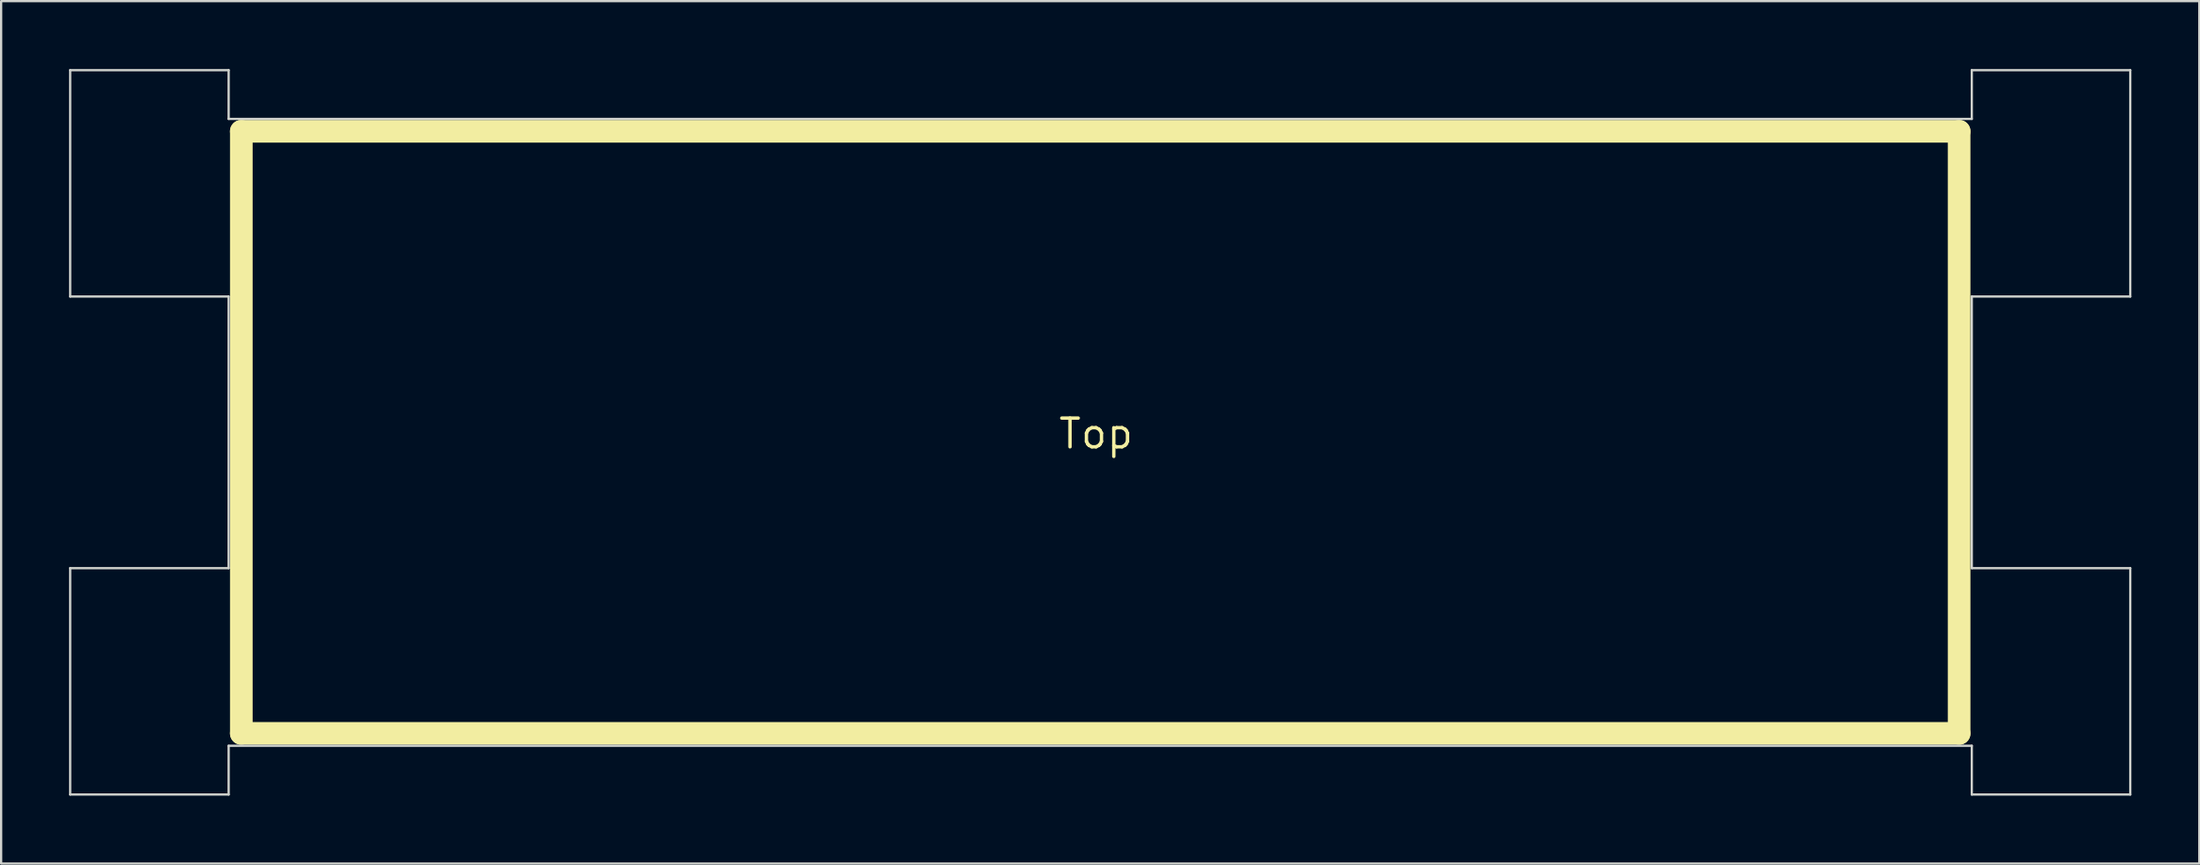
<source format=kicad_pcb>
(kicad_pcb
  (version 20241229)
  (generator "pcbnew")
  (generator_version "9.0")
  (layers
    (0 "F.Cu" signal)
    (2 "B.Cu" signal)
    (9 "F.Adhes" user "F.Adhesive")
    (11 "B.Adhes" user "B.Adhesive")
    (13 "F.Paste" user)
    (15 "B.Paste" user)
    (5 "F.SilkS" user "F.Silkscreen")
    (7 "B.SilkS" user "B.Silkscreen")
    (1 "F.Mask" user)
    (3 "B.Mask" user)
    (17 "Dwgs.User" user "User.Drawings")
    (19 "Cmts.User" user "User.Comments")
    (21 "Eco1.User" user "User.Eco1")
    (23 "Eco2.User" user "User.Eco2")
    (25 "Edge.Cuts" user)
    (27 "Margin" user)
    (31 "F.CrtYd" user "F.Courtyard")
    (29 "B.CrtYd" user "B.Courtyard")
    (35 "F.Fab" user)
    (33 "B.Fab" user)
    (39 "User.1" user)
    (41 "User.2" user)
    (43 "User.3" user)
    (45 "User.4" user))
  (footprint "Top"
    (layer "F.Cu")
    (at 45.55 16.05)
    (property "Reference" "Top" (at -0.186 0.06 0) (layer "F.SilkS") (effects (font (size 1.27 1.27) (thickness 0.15))))
    (attr through_hole)
    (fp_poly (pts (xy -5.362 -4.91) (xy -8.156 -4.91) (xy -8.156 6.837) (xy -10.696 6.837) (xy -10.696 -4.91) (xy -13.469 -4.91) (xy -13.469 -7.26) (xy -5.362 -7.26) (xy -5.362 -4.91)) (stroke (width 0.01) (type solid)) (fill yes) (layer "F.Mask"))
    (fp_poly (pts (xy 13.392 -4.91) (xy 8.905 -4.91) (xy 8.905 -1.609) (xy 13.117 -1.609) (xy 13.117 0.741) (xy 8.905 0.741) (xy 8.905 6.837) (xy 6.322 6.837) (xy 6.322 -7.26) (xy 13.392 -7.26) (xy 13.392 -4.91)) (stroke (width 0.01) (type solid)) (fill yes) (layer "F.Mask"))
    (fp_poly (pts (xy 22.324 -4.91) (xy 17.858 -4.91) (xy 17.858 -1.609) (xy 22.07 -1.609) (xy 22.07 0.741) (xy 17.858 0.741) (xy 17.858 6.837) (xy 15.255 6.837) (xy 15.255 -7.26) (xy 22.324 -7.26) (xy 22.324 -4.91)) (stroke (width 0.01) (type solid)) (fill yes) (layer "F.Mask"))
    (fp_poly (pts (xy -0.153 -7.26) (xy 0.105 -7.26) (xy 0.326 -7.259) (xy 0.513 -7.259) (xy 0.669 -7.258) (xy 0.797 -7.256) (xy 0.899 -7.255) (xy 0.979 -7.252) (xy 1.039 -7.249) (xy 1.083 -7.246) (xy 1.112 -7.241) (xy 1.13 -7.236) (xy 1.14 -7.23) (xy 1.144 -7.223) (xy 1.144 -7.223) (xy 1.15 -7.2) (xy 1.165 -7.137) (xy 1.189 -7.036) (xy 1.221 -6.898) (xy 1.262 -6.725) (xy 1.311 -6.519) (xy 1.368 -6.28) (xy 1.432 -6.011) (xy 1.502 -5.712) (xy 1.579 -5.386) (xy 1.663 -5.034) (xy 1.752 -4.658) (xy 1.846 -4.258) (xy 1.946 -3.837) (xy 2.05 -3.395) (xy 2.159 -2.936) (xy 2.272 -2.459) (xy 2.388 -1.967) (xy 2.508 -1.46) (xy 2.63 -0.942) (xy 2.755 -0.412) (xy 2.798 -0.233) (xy 2.924 0.3) (xy 3.047 0.823) (xy 3.168 1.334) (xy 3.285 1.831) (xy 3.399 2.313) (xy 3.509 2.779) (xy 3.615 3.226) (xy 3.716 3.654) (xy 3.813 4.061) (xy 3.904 4.446) (xy 3.989 4.806) (xy 4.068 5.141) (xy 4.141 5.449) (xy 4.207 5.728) (xy 4.266 5.977) (xy 4.318 6.194) (xy 4.361 6.379) (xy 4.397 6.528) (xy 4.424 6.642) (xy 4.442 6.718) (xy 4.451 6.754) (xy 4.452 6.758) (xy 4.452 6.765) (xy 4.446 6.772) (xy 4.432 6.777) (xy 4.405 6.781) (xy 4.363 6.785) (xy 4.303 6.788) (xy 4.222 6.79) (xy 4.117 6.792) (xy 3.984 6.793) (xy 3.822 6.794) (xy 3.625 6.794) (xy 3.393 6.795) (xy 3.128 6.795) (xy 2.894 6.794) (xy 2.674 6.794) (xy 2.47 6.793) (xy 2.286 6.792) (xy 2.126 6.79) (xy 1.993 6.788) (xy 1.891 6.786) (xy 1.823 6.784) (xy 1.794 6.781) (xy 1.793 6.781) (xy 1.789 6.759) (xy 1.777 6.699) (xy 1.76 6.607) (xy 1.736 6.485) (xy 1.708 6.338) (xy 1.675 6.169) (xy 1.639 5.985) (xy 1.601 5.787) (xy 1.561 5.581) (xy 1.52 5.37) (xy 1.479 5.159) (xy 1.439 4.952) (xy 1.4 4.752) (xy 1.363 4.564) (xy 1.33 4.393) (xy 1.3 4.242) (xy 1.275 4.115) (xy 1.255 4.016) (xy 1.242 3.95) (xy 1.241 3.942) (xy 1.218 3.831) (xy -2.118 3.831) (xy -2.302 4.768) (xy -2.345 4.987) (xy -2.39 5.216) (xy -2.435 5.446) (xy -2.479 5.668) (xy -2.519 5.876) (xy -2.556 6.06) (xy -2.586 6.213) (xy -2.593 6.25) (xy -2.7 6.795) (xy -4.032 6.795) (xy -4.303 6.795) (xy -4.534 6.794) (xy -4.729 6.794) (xy -4.891 6.793) (xy -5.023 6.792) (xy -5.127 6.79) (xy -5.208 6.788) (xy -5.267 6.785) (xy -5.308 6.781) (xy -5.334 6.777) (xy -5.349 6.771) (xy -5.354 6.765) (xy -5.353 6.758) (xy -5.348 6.734) (xy -5.333 6.672) (xy -5.308 6.57) (xy -5.276 6.433) (xy -5.235 6.26) (xy -5.186 6.053) (xy -5.129 5.815) (xy -5.065 5.546) (xy -4.995 5.248) (xy -4.917 4.922) (xy -4.834 4.57) (xy -4.745 4.194) (xy -4.651 3.795) (xy -4.551 3.374) (xy -4.447 2.933) (xy -4.338 2.474) (xy -4.225 1.998) (xy -4.113 1.524) (xy -1.671 1.524) (xy -0.437 1.524) (xy -0.212 1.524) (xy -0.001 1.523) (xy 0.193 1.522) (xy 0.367 1.52) (xy 0.516 1.518) (xy 0.638 1.516) (xy 0.728 1.514) (xy 0.782 1.511) (xy 0.798 1.508) (xy 0.794 1.484) (xy 0.782 1.422) (xy 0.763 1.323) (xy 0.738 1.191) (xy 0.707 1.029) (xy 0.67 0.839) (xy 0.628 0.625) (xy 0.582 0.388) (xy 0.533 0.132) (xy 0.479 -0.14) (xy 0.424 -0.426) (xy 0.366 -0.722) (xy 0.306 -1.027) (xy 0.245 -1.336) (xy 0.184 -1.649) (xy 0.123 -1.961) (xy 0.062 -2.269) (xy 0.003 -2.572) (xy -0.055 -2.866) (xy -0.111 -3.149) (xy -0.164 -3.417) (xy -0.213 -3.668) (xy -0.259 -3.899) (xy -0.3 -4.107) (xy -0.337 -4.29) (xy -0.368 -4.445) (xy -0.392 -4.569) (xy -0.411 -4.659) (xy -0.422 -4.712) (xy -0.425 -4.726) (xy -0.433 -4.716) (xy -0.448 -4.668) (xy -0.469 -4.583) (xy -0.495 -4.464) (xy -0.527 -4.315) (xy -0.562 -4.136) (xy -0.574 -4.08) (xy -0.595 -3.968) (xy -0.625 -3.818) (xy -0.661 -3.633) (xy -0.703 -3.418) (xy -0.75 -3.176) (xy -0.802 -2.91) (xy -0.858 -2.624) (xy -0.917 -2.321) (xy -0.979 -2.006) (xy -1.043 -1.682) (xy -1.107 -1.351) (xy -1.172 -1.019) (xy -1.189 -0.936) (xy -1.671 1.524) (xy -4.113 1.524) (xy -4.109 1.507) (xy -3.99 1.002) (xy -3.867 0.484) (xy -3.742 -0.045) (xy -3.71 -0.18) (xy -3.585 -0.711) (xy -3.461 -1.233) (xy -3.341 -1.742) (xy -3.223 -2.239) (xy -3.109 -2.721) (xy -2.999 -3.186) (xy -2.893 -3.634) (xy -2.792 -4.062) (xy -2.696 -4.469) (xy -2.605 -4.854) (xy -2.519 -5.215) (xy -2.44 -5.55) (xy -2.367 -5.858) (xy -2.301 -6.138) (xy -2.242 -6.388) (xy -2.19 -6.606) (xy -2.146 -6.79) (xy -2.111 -6.941) (xy -2.084 -7.054) (xy -2.066 -7.13) (xy -2.057 -7.167) (xy -2.056 -7.17) (xy -2.034 -7.26) (xy -0.45 -7.26) (xy -0.153 -7.26)) (stroke (width 0.01) (type solid)) (fill yes) (layer "F.Mask"))
    (fp_poly (pts (xy -18.225 -7.24) (xy -17.826 -7.188) (xy -17.628 -7.151) (xy -17.27 -7.058) (xy -16.939 -6.932) (xy -16.636 -6.774) (xy -16.36 -6.585) (xy -16.113 -6.365) (xy -15.895 -6.114) (xy -15.706 -5.832) (xy -15.547 -5.521) (xy -15.419 -5.183) (xy -15.377 -5.041) (xy -15.339 -4.894) (xy -15.307 -4.74) (xy -15.279 -4.573) (xy -15.254 -4.39) (xy -15.232 -4.185) (xy -15.213 -3.954) (xy -15.196 -3.693) (xy -15.181 -3.397) (xy -15.17 -3.159) (xy -15.156 -2.815) (xy -16.27 -2.815) (xy -16.516 -2.815) (xy -16.723 -2.815) (xy -16.894 -2.816) (xy -17.033 -2.817) (xy -17.143 -2.819) (xy -17.228 -2.821) (xy -17.29 -2.824) (xy -17.333 -2.828) (xy -17.361 -2.832) (xy -17.377 -2.838) (xy -17.383 -2.846) (xy -17.385 -2.852) (xy -17.387 -2.955) (xy -17.393 -3.084) (xy -17.402 -3.231) (xy -17.413 -3.389) (xy -17.425 -3.55) (xy -17.439 -3.707) (xy -17.452 -3.852) (xy -17.466 -3.978) (xy -17.479 -4.077) (xy -17.49 -4.141) (xy -17.49 -4.144) (xy -17.567 -4.388) (xy -17.67 -4.604) (xy -17.799 -4.791) (xy -17.95 -4.946) (xy -18.12 -5.069) (xy -18.306 -5.158) (xy -18.505 -5.212) (xy -18.715 -5.229) (xy -18.932 -5.207) (xy -19.154 -5.146) (xy -19.342 -5.063) (xy -19.513 -4.951) (xy -19.656 -4.808) (xy -19.769 -4.637) (xy -19.852 -4.439) (xy -19.904 -4.215) (xy -19.924 -3.967) (xy -19.924 -3.937) (xy -19.906 -3.674) (xy -19.849 -3.428) (xy -19.753 -3.194) (xy -19.632 -2.991) (xy -19.592 -2.934) (xy -19.551 -2.879) (xy -19.507 -2.823) (xy -19.457 -2.767) (xy -19.4 -2.707) (xy -19.333 -2.642) (xy -19.255 -2.57) (xy -19.163 -2.49) (xy -19.056 -2.399) (xy -18.931 -2.297) (xy -18.787 -2.18) (xy -18.621 -2.049) (xy -18.431 -1.9) (xy -18.215 -1.732) (xy -17.972 -1.544) (xy -17.698 -1.333) (xy -17.437 -1.133) (xy -17.186 -0.939) (xy -16.966 -0.77) (xy -16.774 -0.621) (xy -16.608 -0.491) (xy -16.465 -0.378) (xy -16.342 -0.279) (xy -16.237 -0.192) (xy -16.147 -0.115) (xy -16.069 -0.046) (xy -16.001 0.019) (xy -15.94 0.08) (xy -15.883 0.14) (xy -15.828 0.201) (xy -15.771 0.267) (xy -15.758 0.283) (xy -15.515 0.601) (xy -15.31 0.937) (xy -15.143 1.292) (xy -15.014 1.666) (xy -14.923 2.058) (xy -14.87 2.469) (xy -14.855 2.899) (xy -14.878 3.347) (xy -14.938 3.814) (xy -14.941 3.83) (xy -15.021 4.227) (xy -15.12 4.588) (xy -15.241 4.918) (xy -15.385 5.219) (xy -15.552 5.493) (xy -15.745 5.744) (xy -15.942 5.953) (xy -16.169 6.152) (xy -16.411 6.324) (xy -16.671 6.469) (xy -16.951 6.589) (xy -17.255 6.684) (xy -17.585 6.755) (xy -17.944 6.802) (xy -18.335 6.828) (xy -18.707 6.833) (xy -18.853 6.832) (xy -18.99 6.83) (xy -19.11 6.828) (xy -19.207 6.825) (xy -19.272 6.823) (xy -19.289 6.822) (xy -19.419 6.808) (xy -19.569 6.788) (xy -19.726 6.763) (xy -19.879 6.735) (xy -20.015 6.706) (xy -20.121 6.679) (xy -20.124 6.678) (xy -20.452 6.563) (xy -20.753 6.414) (xy -21.027 6.234) (xy -21.273 6.021) (xy -21.493 5.776) (xy -21.685 5.499) (xy -21.851 5.188) (xy -21.989 4.846) (xy -22.101 4.47) (xy -22.148 4.265) (xy -22.167 4.158) (xy -22.184 4.039) (xy -22.198 3.905) (xy -22.209 3.75) (xy -22.217 3.572) (xy -22.224 3.367) (xy -22.228 3.13) (xy -22.23 2.858) (xy -22.231 2.609) (xy -22.232 1.778) (xy -19.893 1.778) (xy -19.899 2.503) (xy -19.901 2.753) (xy -19.9 2.97) (xy -19.897 3.153) (xy -19.891 3.299) (xy -19.884 3.405) (xy -19.881 3.429) (xy -19.831 3.709) (xy -19.753 3.96) (xy -19.649 4.181) (xy -19.52 4.372) (xy -19.365 4.53) (xy -19.187 4.655) (xy -18.987 4.746) (xy -18.897 4.773) (xy -18.778 4.793) (xy -18.634 4.803) (xy -18.479 4.802) (xy -18.328 4.789) (xy -18.227 4.773) (xy -18.019 4.709) (xy -17.829 4.608) (xy -17.659 4.474) (xy -17.512 4.308) (xy -17.388 4.113) (xy -17.291 3.891) (xy -17.222 3.646) (xy -17.19 3.453) (xy -17.179 3.183) (xy -17.206 2.91) (xy -17.27 2.641) (xy -17.37 2.386) (xy -17.409 2.309) (xy -17.458 2.222) (xy -17.514 2.135) (xy -17.578 2.047) (xy -17.653 1.954) (xy -17.741 1.856) (xy -17.843 1.751) (xy -17.962 1.636) (xy -18.099 1.511) (xy -18.257 1.372) (xy -18.437 1.219) (xy -18.641 1.05) (xy -18.872 0.862) (xy -19.131 0.654) (xy -19.421 0.425) (xy -19.69 0.213) (xy -19.982 -0.017) (xy -20.243 -0.226) (xy -20.475 -0.414) (xy -20.68 -0.585) (xy -20.86 -0.74) (xy -21.018 -0.883) (xy -21.156 -1.015) (xy -21.277 -1.14) (xy -21.384 -1.259) (xy -21.478 -1.375) (xy -21.562 -1.49) (xy -21.638 -1.608) (xy -21.71 -1.73) (xy -21.778 -1.859) (xy -21.817 -1.937) (xy -21.946 -2.225) (xy -22.048 -2.51) (xy -22.123 -2.799) (xy -22.174 -3.101) (xy -22.201 -3.422) (xy -22.206 -3.771) (xy -22.204 -3.884) (xy -22.183 -4.267) (xy -22.143 -4.617) (xy -22.082 -4.938) (xy -21.999 -5.235) (xy -21.894 -5.513) (xy -21.763 -5.777) (xy -21.624 -6.007) (xy -21.519 -6.149) (xy -21.389 -6.298) (xy -21.245 -6.442) (xy -21.102 -6.569) (xy -21.021 -6.631) (xy -20.748 -6.8) (xy -20.446 -6.944) (xy -20.117 -7.062) (xy -19.766 -7.154) (xy -19.397 -7.218) (xy -19.015 -7.254) (xy -18.623 -7.261) (xy -18.225 -7.24)) (stroke (width 0.01) (type solid)) (fill yes) (layer "F.Mask"))
    (fp_poly (pts (xy -5.362 -4.91) (xy -8.156 -4.91) (xy -8.156 6.837) (xy -10.696 6.837) (xy -10.696 -4.91) (xy -13.469 -4.91) (xy -13.469 -7.26) (xy -5.362 -7.26) (xy -5.362 -4.91)) (stroke (width 0.01) (type solid)) (fill yes) (layer "B.Mask"))
    (fp_poly (pts (xy 13.392 -4.91) (xy 8.905 -4.91) (xy 8.905 -1.609) (xy 13.117 -1.609) (xy 13.117 0.741) (xy 8.905 0.741) (xy 8.905 6.837) (xy 6.322 6.837) (xy 6.322 -7.26) (xy 13.392 -7.26) (xy 13.392 -4.91)) (stroke (width 0.01) (type solid)) (fill yes) (layer "B.Mask"))
    (fp_poly (pts (xy 22.324 -4.91) (xy 17.858 -4.91) (xy 17.858 -1.609) (xy 22.07 -1.609) (xy 22.07 0.741) (xy 17.858 0.741) (xy 17.858 6.837) (xy 15.255 6.837) (xy 15.255 -7.26) (xy 22.324 -7.26) (xy 22.324 -4.91)) (stroke (width 0.01) (type solid)) (fill yes) (layer "B.Mask"))
    (fp_poly (pts (xy -0.153 -7.26) (xy 0.105 -7.26) (xy 0.326 -7.259) (xy 0.513 -7.259) (xy 0.669 -7.258) (xy 0.797 -7.256) (xy 0.899 -7.255) (xy 0.979 -7.252) (xy 1.039 -7.249) (xy 1.083 -7.246) (xy 1.112 -7.241) (xy 1.13 -7.236) (xy 1.14 -7.23) (xy 1.144 -7.223) (xy 1.144 -7.223) (xy 1.15 -7.2) (xy 1.165 -7.137) (xy 1.189 -7.036) (xy 1.221 -6.898) (xy 1.262 -6.725) (xy 1.311 -6.519) (xy 1.368 -6.28) (xy 1.432 -6.011) (xy 1.502 -5.712) (xy 1.579 -5.386) (xy 1.663 -5.034) (xy 1.752 -4.658) (xy 1.846 -4.258) (xy 1.946 -3.837) (xy 2.05 -3.395) (xy 2.159 -2.936) (xy 2.272 -2.459) (xy 2.388 -1.967) (xy 2.508 -1.46) (xy 2.63 -0.942) (xy 2.755 -0.412) (xy 2.798 -0.233) (xy 2.924 0.3) (xy 3.047 0.823) (xy 3.168 1.334) (xy 3.285 1.831) (xy 3.399 2.313) (xy 3.509 2.779) (xy 3.615 3.226) (xy 3.716 3.654) (xy 3.813 4.061) (xy 3.904 4.446) (xy 3.989 4.806) (xy 4.068 5.141) (xy 4.141 5.449) (xy 4.207 5.728) (xy 4.266 5.977) (xy 4.318 6.194) (xy 4.361 6.379) (xy 4.397 6.528) (xy 4.424 6.642) (xy 4.442 6.718) (xy 4.451 6.754) (xy 4.452 6.758) (xy 4.452 6.765) (xy 4.446 6.772) (xy 4.432 6.777) (xy 4.405 6.781) (xy 4.363 6.785) (xy 4.303 6.788) (xy 4.222 6.79) (xy 4.117 6.792) (xy 3.984 6.793) (xy 3.822 6.794) (xy 3.625 6.794) (xy 3.393 6.795) (xy 3.128 6.795) (xy 2.894 6.794) (xy 2.674 6.794) (xy 2.47 6.793) (xy 2.286 6.792) (xy 2.126 6.79) (xy 1.993 6.788) (xy 1.891 6.786) (xy 1.823 6.784) (xy 1.794 6.781) (xy 1.793 6.781) (xy 1.789 6.759) (xy 1.777 6.699) (xy 1.76 6.607) (xy 1.736 6.485) (xy 1.708 6.338) (xy 1.675 6.169) (xy 1.639 5.985) (xy 1.601 5.787) (xy 1.561 5.581) (xy 1.52 5.37) (xy 1.479 5.159) (xy 1.439 4.952) (xy 1.4 4.752) (xy 1.363 4.564) (xy 1.33 4.393) (xy 1.3 4.242) (xy 1.275 4.115) (xy 1.255 4.016) (xy 1.242 3.95) (xy 1.241 3.942) (xy 1.218 3.831) (xy -2.118 3.831) (xy -2.302 4.768) (xy -2.345 4.987) (xy -2.39 5.216) (xy -2.435 5.446) (xy -2.479 5.668) (xy -2.519 5.876) (xy -2.556 6.06) (xy -2.586 6.213) (xy -2.593 6.25) (xy -2.7 6.795) (xy -4.032 6.795) (xy -4.303 6.795) (xy -4.534 6.794) (xy -4.729 6.794) (xy -4.891 6.793) (xy -5.023 6.792) (xy -5.127 6.79) (xy -5.208 6.788) (xy -5.267 6.785) (xy -5.308 6.781) (xy -5.334 6.777) (xy -5.349 6.771) (xy -5.354 6.765) (xy -5.353 6.758) (xy -5.348 6.734) (xy -5.333 6.672) (xy -5.308 6.57) (xy -5.276 6.433) (xy -5.235 6.26) (xy -5.186 6.053) (xy -5.129 5.815) (xy -5.065 5.546) (xy -4.995 5.248) (xy -4.917 4.922) (xy -4.834 4.57) (xy -4.745 4.194) (xy -4.651 3.795) (xy -4.551 3.374) (xy -4.447 2.933) (xy -4.338 2.474) (xy -4.225 1.998) (xy -4.113 1.524) (xy -1.671 1.524) (xy -0.437 1.524) (xy -0.212 1.524) (xy -0.001 1.523) (xy 0.193 1.522) (xy 0.367 1.52) (xy 0.516 1.518) (xy 0.638 1.516) (xy 0.728 1.514) (xy 0.782 1.511) (xy 0.798 1.508) (xy 0.794 1.484) (xy 0.782 1.422) (xy 0.763 1.323) (xy 0.738 1.191) (xy 0.707 1.029) (xy 0.67 0.839) (xy 0.628 0.625) (xy 0.582 0.388) (xy 0.533 0.132) (xy 0.479 -0.14) (xy 0.424 -0.426) (xy 0.366 -0.722) (xy 0.306 -1.027) (xy 0.245 -1.336) (xy 0.184 -1.649) (xy 0.123 -1.961) (xy 0.062 -2.269) (xy 0.003 -2.572) (xy -0.055 -2.866) (xy -0.111 -3.149) (xy -0.164 -3.417) (xy -0.213 -3.668) (xy -0.259 -3.899) (xy -0.3 -4.107) (xy -0.337 -4.29) (xy -0.368 -4.445) (xy -0.392 -4.569) (xy -0.411 -4.659) (xy -0.422 -4.712) (xy -0.425 -4.726) (xy -0.433 -4.716) (xy -0.448 -4.668) (xy -0.469 -4.583) (xy -0.495 -4.464) (xy -0.527 -4.315) (xy -0.562 -4.136) (xy -0.574 -4.08) (xy -0.595 -3.968) (xy -0.625 -3.818) (xy -0.661 -3.633) (xy -0.703 -3.418) (xy -0.75 -3.176) (xy -0.802 -2.91) (xy -0.858 -2.624) (xy -0.917 -2.321) (xy -0.979 -2.006) (xy -1.043 -1.682) (xy -1.107 -1.351) (xy -1.172 -1.019) (xy -1.189 -0.936) (xy -1.671 1.524) (xy -4.113 1.524) (xy -4.109 1.507) (xy -3.99 1.002) (xy -3.867 0.484) (xy -3.742 -0.045) (xy -3.71 -0.18) (xy -3.585 -0.711) (xy -3.461 -1.233) (xy -3.341 -1.742) (xy -3.223 -2.239) (xy -3.109 -2.721) (xy -2.999 -3.186) (xy -2.893 -3.634) (xy -2.792 -4.062) (xy -2.696 -4.469) (xy -2.605 -4.854) (xy -2.519 -5.215) (xy -2.44 -5.55) (xy -2.367 -5.858) (xy -2.301 -6.138) (xy -2.242 -6.388) (xy -2.19 -6.606) (xy -2.146 -6.79) (xy -2.111 -6.941) (xy -2.084 -7.054) (xy -2.066 -7.13) (xy -2.057 -7.167) (xy -2.056 -7.17) (xy -2.034 -7.26) (xy -0.45 -7.26) (xy -0.153 -7.26)) (stroke (width 0.01) (type solid)) (fill yes) (layer "B.Mask"))
    (fp_poly (pts (xy -18.225 -7.24) (xy -17.826 -7.188) (xy -17.628 -7.151) (xy -17.27 -7.058) (xy -16.939 -6.932) (xy -16.636 -6.774) (xy -16.36 -6.585) (xy -16.113 -6.365) (xy -15.895 -6.114) (xy -15.706 -5.832) (xy -15.547 -5.521) (xy -15.419 -5.183) (xy -15.377 -5.041) (xy -15.339 -4.894) (xy -15.307 -4.74) (xy -15.279 -4.573) (xy -15.254 -4.39) (xy -15.232 -4.185) (xy -15.213 -3.954) (xy -15.196 -3.693) (xy -15.181 -3.397) (xy -15.17 -3.159) (xy -15.156 -2.815) (xy -16.27 -2.815) (xy -16.516 -2.815) (xy -16.723 -2.815) (xy -16.894 -2.816) (xy -17.033 -2.817) (xy -17.143 -2.819) (xy -17.228 -2.821) (xy -17.29 -2.824) (xy -17.333 -2.828) (xy -17.361 -2.832) (xy -17.377 -2.838) (xy -17.383 -2.846) (xy -17.385 -2.852) (xy -17.387 -2.955) (xy -17.393 -3.084) (xy -17.402 -3.231) (xy -17.413 -3.389) (xy -17.425 -3.55) (xy -17.439 -3.707) (xy -17.452 -3.852) (xy -17.466 -3.978) (xy -17.479 -4.077) (xy -17.49 -4.141) (xy -17.49 -4.144) (xy -17.567 -4.388) (xy -17.67 -4.604) (xy -17.799 -4.791) (xy -17.95 -4.946) (xy -18.12 -5.069) (xy -18.306 -5.158) (xy -18.505 -5.212) (xy -18.715 -5.229) (xy -18.932 -5.207) (xy -19.154 -5.146) (xy -19.342 -5.063) (xy -19.513 -4.951) (xy -19.656 -4.808) (xy -19.769 -4.637) (xy -19.852 -4.439) (xy -19.904 -4.215) (xy -19.924 -3.967) (xy -19.924 -3.937) (xy -19.906 -3.674) (xy -19.849 -3.428) (xy -19.753 -3.194) (xy -19.632 -2.991) (xy -19.592 -2.934) (xy -19.551 -2.879) (xy -19.507 -2.823) (xy -19.457 -2.767) (xy -19.4 -2.707) (xy -19.333 -2.642) (xy -19.255 -2.57) (xy -19.163 -2.49) (xy -19.056 -2.399) (xy -18.931 -2.297) (xy -18.787 -2.18) (xy -18.621 -2.049) (xy -18.431 -1.9) (xy -18.215 -1.732) (xy -17.972 -1.544) (xy -17.698 -1.333) (xy -17.437 -1.133) (xy -17.186 -0.939) (xy -16.966 -0.77) (xy -16.774 -0.621) (xy -16.608 -0.491) (xy -16.465 -0.378) (xy -16.342 -0.279) (xy -16.237 -0.192) (xy -16.147 -0.115) (xy -16.069 -0.046) (xy -16.001 0.019) (xy -15.94 0.08) (xy -15.883 0.14) (xy -15.828 0.201) (xy -15.771 0.267) (xy -15.758 0.283) (xy -15.515 0.601) (xy -15.31 0.937) (xy -15.143 1.292) (xy -15.014 1.666) (xy -14.923 2.058) (xy -14.87 2.469) (xy -14.855 2.899) (xy -14.878 3.347) (xy -14.938 3.814) (xy -14.941 3.83) (xy -15.021 4.227) (xy -15.12 4.588) (xy -15.241 4.918) (xy -15.385 5.219) (xy -15.552 5.493) (xy -15.745 5.744) (xy -15.942 5.953) (xy -16.169 6.152) (xy -16.411 6.324) (xy -16.671 6.469) (xy -16.951 6.589) (xy -17.255 6.684) (xy -17.585 6.755) (xy -17.944 6.802) (xy -18.335 6.828) (xy -18.707 6.833) (xy -18.853 6.832) (xy -18.99 6.83) (xy -19.11 6.828) (xy -19.207 6.825) (xy -19.272 6.823) (xy -19.289 6.822) (xy -19.419 6.808) (xy -19.569 6.788) (xy -19.726 6.763) (xy -19.879 6.735) (xy -20.015 6.706) (xy -20.121 6.679) (xy -20.124 6.678) (xy -20.452 6.563) (xy -20.753 6.414) (xy -21.027 6.234) (xy -21.273 6.021) (xy -21.493 5.776) (xy -21.685 5.499) (xy -21.851 5.188) (xy -21.989 4.846) (xy -22.101 4.47) (xy -22.148 4.265) (xy -22.167 4.158) (xy -22.184 4.039) (xy -22.198 3.905) (xy -22.209 3.75) (xy -22.217 3.572) (xy -22.224 3.367) (xy -22.228 3.13) (xy -22.23 2.858) (xy -22.231 2.609) (xy -22.232 1.778) (xy -19.893 1.778) (xy -19.899 2.503) (xy -19.901 2.753) (xy -19.9 2.97) (xy -19.897 3.153) (xy -19.891 3.299) (xy -19.884 3.405) (xy -19.881 3.429) (xy -19.831 3.709) (xy -19.753 3.96) (xy -19.649 4.181) (xy -19.52 4.372) (xy -19.365 4.53) (xy -19.187 4.655) (xy -18.987 4.746) (xy -18.897 4.773) (xy -18.778 4.793) (xy -18.634 4.803) (xy -18.479 4.802) (xy -18.328 4.789) (xy -18.227 4.773) (xy -18.019 4.709) (xy -17.829 4.608) (xy -17.659 4.474) (xy -17.512 4.308) (xy -17.388 4.113) (xy -17.291 3.891) (xy -17.222 3.646) (xy -17.19 3.453) (xy -17.179 3.183) (xy -17.206 2.91) (xy -17.27 2.641) (xy -17.37 2.386) (xy -17.409 2.309) (xy -17.458 2.222) (xy -17.514 2.135) (xy -17.578 2.047) (xy -17.653 1.954) (xy -17.741 1.856) (xy -17.843 1.751) (xy -17.962 1.636) (xy -18.099 1.511) (xy -18.257 1.372) (xy -18.437 1.219) (xy -18.641 1.05) (xy -18.872 0.862) (xy -19.131 0.654) (xy -19.421 0.425) (xy -19.69 0.213) (xy -19.982 -0.017) (xy -20.243 -0.226) (xy -20.475 -0.414) (xy -20.68 -0.585) (xy -20.86 -0.74) (xy -21.018 -0.883) (xy -21.156 -1.015) (xy -21.277 -1.14) (xy -21.384 -1.259) (xy -21.478 -1.375) (xy -21.562 -1.49) (xy -21.638 -1.608) (xy -21.71 -1.73) (xy -21.778 -1.859) (xy -21.817 -1.937) (xy -21.946 -2.225) (xy -22.048 -2.51) (xy -22.123 -2.799) (xy -22.174 -3.101) (xy -22.201 -3.422) (xy -22.206 -3.771) (xy -22.204 -3.884) (xy -22.183 -4.267) (xy -22.143 -4.617) (xy -22.082 -4.938) (xy -21.999 -5.235) (xy -21.894 -5.513) (xy -21.763 -5.777) (xy -21.624 -6.007) (xy -21.519 -6.149) (xy -21.389 -6.298) (xy -21.245 -6.442) (xy -21.102 -6.569) (xy -21.021 -6.631) (xy -20.748 -6.8) (xy -20.446 -6.944) (xy -20.117 -7.062) (xy -19.766 -7.154) (xy -19.397 -7.218) (xy -19.015 -7.254) (xy -18.623 -7.261) (xy -18.225 -7.24)) (stroke (width 0.01) (type solid)) (fill yes) (layer "B.Mask"))
    (fp_line (start -37.94 -13.3) (end -37.94 13.3) (stroke (width 1) (type default)) (layer "F.SilkS"))
    (fp_line (start -37.94 13.3) (end 37.94 13.3) (stroke (width 1) (type default)) (layer "F.SilkS"))
    (fp_line (start 37.94 -13.3) (end -37.94 -13.3) (stroke (width 1) (type default)) (layer "F.SilkS"))
    (fp_line (start 37.94 13.3) (end 37.94 -13.3) (stroke (width 1) (type default)) (layer "F.SilkS"))
    (fp_line (start -45.5 -16) (end -45.5 -6) (stroke (width 0.1) (type default)) (layer "Edge.Cuts"))
    (fp_line (start -45.5 -6) (end -38.5 -6) (stroke (width 0.1) (type default)) (layer "Edge.Cuts"))
    (fp_line (start -45.5 6) (end -45.5 16) (stroke (width 0.1) (type default)) (layer "Edge.Cuts"))
    (fp_line (start -45.5 16) (end -38.5 16) (stroke (width 0.1) (type default)) (layer "Edge.Cuts"))
    (fp_line (start -38.5 -16) (end -45.5 -16) (stroke (width 0.1) (type default)) (layer "Edge.Cuts"))
    (fp_line (start -38.5 -13.847) (end -38.5 -16) (stroke (width 0.1) (type default)) (layer "Edge.Cuts"))
    (fp_line (start -38.5 -13.847) (end 38.5 -13.847) (stroke (width 0.1) (type default)) (layer "Edge.Cuts"))
    (fp_line (start -38.5 -6) (end -38.5 6) (stroke (width 0.1) (type default)) (layer "Edge.Cuts"))
    (fp_line (start -38.5 6) (end -45.5 6) (stroke (width 0.1) (type default)) (layer "Edge.Cuts"))
    (fp_line (start -38.5 13.847) (end -38.5 16) (stroke (width 0.1) (type default)) (layer "Edge.Cuts"))
    (fp_line (start 38.5 -16) (end 38.5 -13.847) (stroke (width 0.1) (type default)) (layer "Edge.Cuts"))
    (fp_line (start 38.5 -6) (end 45.5 -6) (stroke (width 0.1) (type default)) (layer "Edge.Cuts"))
    (fp_line (start 38.5 6) (end 38.5 -6) (stroke (width 0.1) (type default)) (layer "Edge.Cuts"))
    (fp_line (start 38.5 13.847) (end -38.5 13.847) (stroke (width 0.1) (type default)) (layer "Edge.Cuts"))
    (fp_line (start 38.5 13.847) (end 38.5 16) (stroke (width 0.1) (type default)) (layer "Edge.Cuts"))
    (fp_line (start 38.5 16) (end 45.5 16) (stroke (width 0.1) (type default)) (layer "Edge.Cuts"))
    (fp_line (start 45.5 -16) (end 38.5 -16) (stroke (width 0.1) (type default)) (layer "Edge.Cuts"))
    (fp_line (start 45.5 -6) (end 45.5 -16) (stroke (width 0.1) (type default)) (layer "Edge.Cuts"))
    (fp_line (start 45.5 6) (end 38.5 6) (stroke (width 0.1) (type default)) (layer "Edge.Cuts"))
    (fp_line (start 45.5 16) (end 45.5 6) (stroke (width 0.1) (type default)) (layer "Edge.Cuts")))
  (gr_rect
    (start -3 -3)
    (end 94.1 35.1)
    (stroke (width 0.1) (type default))
    (fill no)
    (layer "Edge.Cuts")))
</source>
